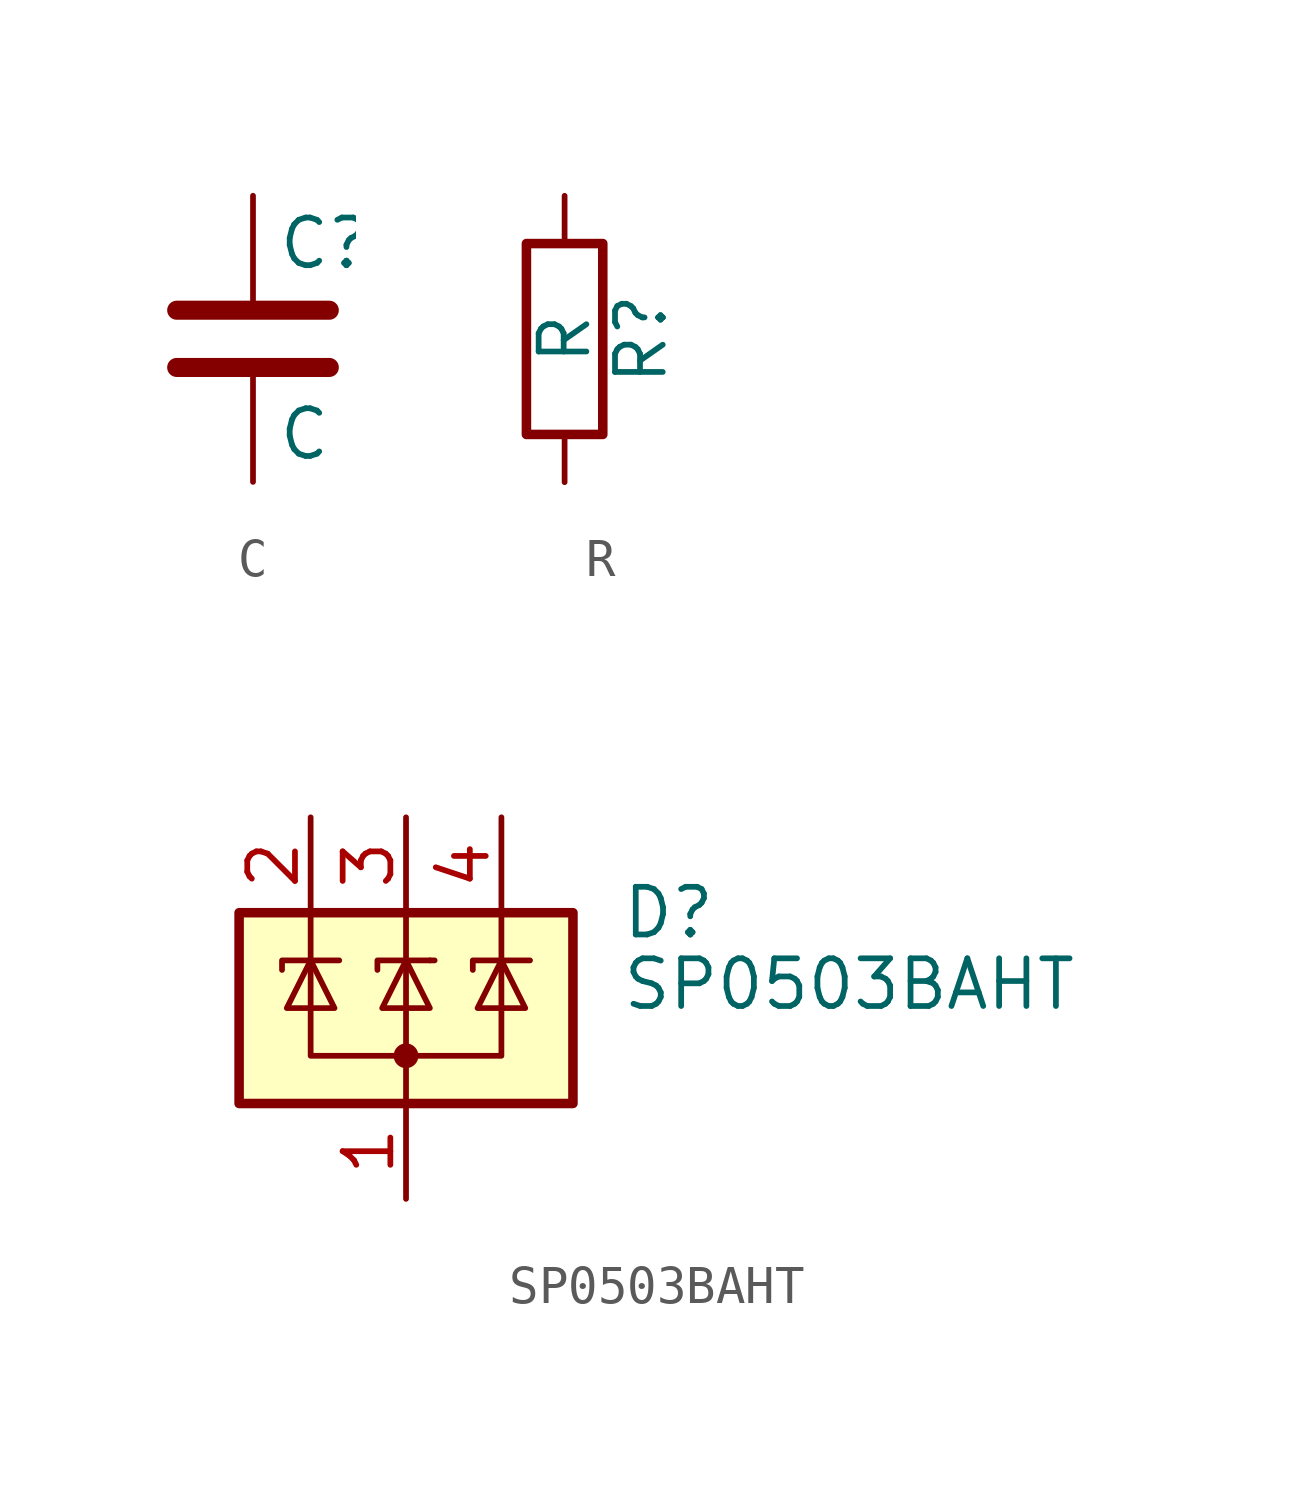
<source format=kicad_sym>
(kicad_symbol_lib
  (version 20201005)
  (generator kicad_symbol_editor)
  (symbol "NTP_PPP_LIBRARY:C"
    (pin_numbers hide)
    (pin_names
      (offset 0.254))
    (property "Reference" "C"
      (at 0.635 2.54 0)
      (effects (font (size 1.27 1.27)) (justify left)))
    (property "Value" "C"
      (at 0.635 -2.54 0)
      (effects (font (size 1.27 1.27)) (justify left)))
    (symbol "C_0_1"
      (polyline (pts (xy -2.032 -0.762) (xy 2.032 -0.762)) (stroke (width 0.508)) (fill (type none)))
      (polyline (pts (xy -2.032 0.762) (xy 2.032 0.762)) (stroke (width 0.508)) (fill (type none))))
    (symbol "C_1_1"
      (pin passive line (at 0 3.81 270) (length 2.794) (name "~" (effects (font (size 1.27 1.27)))) (number "1" (effects (font (size 1.27 1.27)))))
      (pin passive line (at 0 -3.81 90) (length 2.794) (name "~" (effects (font (size 1.27 1.27)))) (number "2" (effects (font (size 1.27 1.27)))))))
  (symbol "NTP_PPP_LIBRARY:R"
    (pin_numbers hide)
    (pin_names
      (offset 0))
    (property "Reference" "R"
      (at 2.032 0 90)
      (effects (font (size 1.27 1.27))))
    (property "Value" "R"
      (at 0 0 90)
      (effects (font (size 1.27 1.27))))
    (symbol "R_0_1"
      (rectangle (start -1.016 -2.54) (end 1.016 2.54) (stroke (width 0.254)) (fill (type none))))
    (symbol "R_1_1"
      (pin passive line (at 0 3.81 270) (length 1.27) (name "~" (effects (font (size 1.27 1.27)))) (number "1" (effects (font (size 1.27 1.27)))))
      (pin passive line (at 0 -3.81 90) (length 1.27) (name "~" (effects (font (size 1.27 1.27)))) (number "2" (effects (font (size 1.27 1.27)))))))
  (symbol "NTP_PPP_LIBRARY:SP0503BAHT"
    (pin_names hide)
    (property "Reference" "D"
      (at 5.715 2.54 0)
      (effects (font (size 1.27 1.27)) (justify left)))
    (property "Value" "SP0503BAHT"
      (at 5.715 0.635 0)
      (effects (font (size 1.27 1.27)) (justify left)))
    (symbol "SP0503BAHT_0_1"
      (circle (center 0 -1.27) (radius 0.254) (stroke (width 0)) (fill (type outline)))
      (rectangle (start -4.445 2.54) (end 4.445 -2.54) (stroke (width 0.254)) (fill (type background)))
      (polyline (pts (xy -2.54 2.54) (xy -2.54 1.27)) (stroke (width 0)) (fill (type none)))
      (polyline (pts (xy 0 -1.27) (xy 0 -2.54)) (stroke (width 0)) (fill (type none)))
      (polyline (pts (xy 0 -1.27) (xy 0 1.27)) (stroke (width 0)) (fill (type none)))
      (polyline (pts (xy 0 2.54) (xy 0 1.27)) (stroke (width 0)) (fill (type none)))
      (polyline (pts (xy 0.635 1.27) (xy 0.762 1.27)) (stroke (width 0)) (fill (type none)))
      (polyline (pts (xy 2.54 2.54) (xy 2.54 1.27)) (stroke (width 0)) (fill (type none)))
      (polyline (pts (xy 0.635 1.27) (xy -0.762 1.27) (xy -0.762 1.016)) (stroke (width 0)) (fill (type none)))
      (polyline (pts (xy -3.302 1.016) (xy -3.302 1.27) (xy -1.905 1.27) (xy -1.778 1.27)) (stroke (width 0)) (fill (type none)))
      (polyline (pts (xy -2.54 1.27) (xy -2.54 -1.27) (xy 2.54 -1.27) (xy 2.54 1.27)) (stroke (width 0)) (fill (type none)))
      (polyline (pts (xy -2.54 1.27) (xy -1.905 0) (xy -3.175 0) (xy -2.54 1.27)) (stroke (width 0)) (fill (type none)))
      (polyline (pts (xy 0.635 0) (xy -0.635 0) (xy 0 1.27) (xy 0.635 0)) (stroke (width 0)) (fill (type none)))
      (polyline (pts (xy 1.778 1.016) (xy 1.778 1.27) (xy 3.175 1.27) (xy 3.302 1.27)) (stroke (width 0)) (fill (type none)))
      (polyline (pts (xy 2.54 1.27) (xy 1.905 0) (xy 3.175 0) (xy 2.54 1.27)) (stroke (width 0)) (fill (type none))))
    (symbol "SP0503BAHT_0_0"
      (pin passive line (at 0 -5.08 90) (length 2.54) (name "A" (effects (font (size 1.27 1.27)))) (number "1" (effects (font (size 1.27 1.27))))))
    (symbol "SP0503BAHT_1_1"
      (pin passive line (at -2.54 5.08 270) (length 2.54) (name "K" (effects (font (size 1.27 1.27)))) (number "2" (effects (font (size 1.27 1.27)))))
      (pin passive line (at 0 5.08 270) (length 2.54) (name "K" (effects (font (size 1.27 1.27)))) (number "3" (effects (font (size 1.27 1.27)))))
      (pin passive line (at 2.54 5.08 270) (length 2.54) (name "K" (effects (font (size 1.27 1.27)))) (number "4" (effects (font (size 1.27 1.27))))))))
</source>
